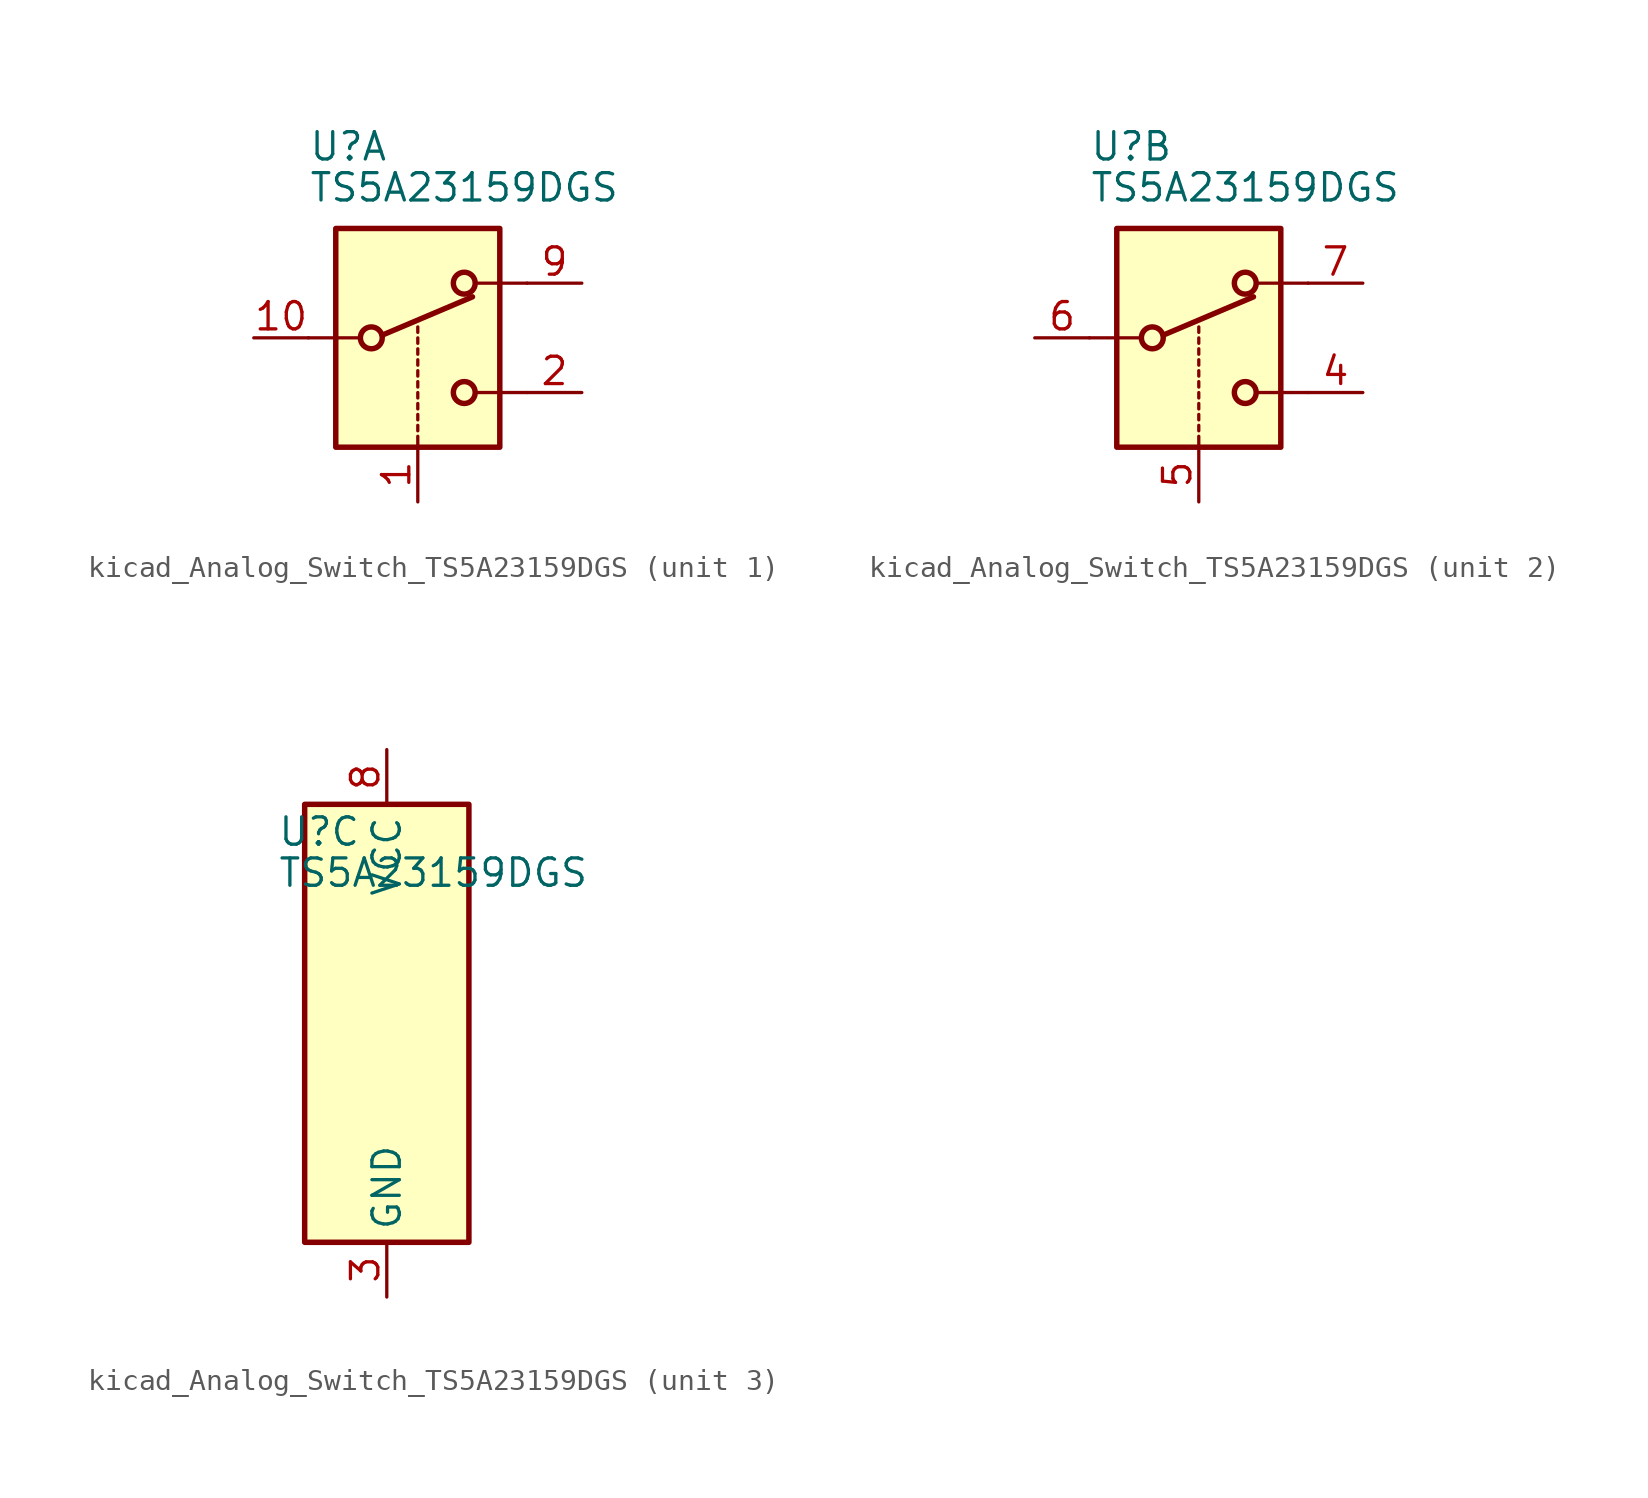
<source format=kicad_sym>
(kicad_symbol_lib
  (version 20220914)
  (generator kicad_symbol_editor)
  (symbol "kicad_Analog_Switch_TS5A23159DGS"
    (property "Reference" "U"
      (at -5.08 8.89 0)
      (effects (font (size 1.27 1.27)) (justify left)))
    (property "Value" "TS5A23159DGS"
      (at -5.08 6.985 0)
      (effects (font (size 1.27 1.27)) (justify left)))
    (property "ki_locked" ""
      (at 0 0 0)
      (effects (font (size 1.27 1.27))))
    (symbol "kicad_Analog_Switch_TS5A23159DGS_1_1"
      (rectangle (start -3.81 5.08) (end 3.81 -5.08) (stroke (width 0.254) (type default)) (fill (type background)))
      (circle (center -2.159 0) (radius 0.508) (stroke (width 0.254) (type default)) (fill (type none)))
      (polyline (pts (xy -5.08 0) (xy -2.794 0)) (stroke (width 0) (type default)) (fill (type none)))
      (polyline (pts (xy -1.651 0.127) (xy 2.54 1.905)) (stroke (width 0.254) (type default)) (fill (type none)))
      (polyline (pts (xy 0 -5.08) (xy 0 -4.572)) (stroke (width 0) (type default)) (fill (type none)))
      (polyline (pts (xy 0 -4.318) (xy 0 -4.064)) (stroke (width 0) (type default)) (fill (type none)))
      (polyline (pts (xy 0 -3.81) (xy 0 -3.556)) (stroke (width 0) (type default)) (fill (type none)))
      (polyline (pts (xy 0 -3.302) (xy 0 -3.048)) (stroke (width 0) (type default)) (fill (type none)))
      (polyline (pts (xy 0 -2.794) (xy 0 -2.54)) (stroke (width 0) (type default)) (fill (type none)))
      (polyline (pts (xy 0 -2.286) (xy 0 -2.032)) (stroke (width 0) (type default)) (fill (type none)))
      (polyline (pts (xy 0 -1.778) (xy 0 -1.524)) (stroke (width 0) (type default)) (fill (type none)))
      (polyline (pts (xy 0 -1.27) (xy 0 -1.016)) (stroke (width 0) (type default)) (fill (type none)))
      (polyline (pts (xy 0 -0.762) (xy 0 -0.508)) (stroke (width 0) (type default)) (fill (type none)))
      (polyline (pts (xy 0 -0.254) (xy 0 0)) (stroke (width 0) (type default)) (fill (type none)))
      (polyline (pts (xy 0 0.254) (xy 0 0.508)) (stroke (width 0) (type default)) (fill (type none)))
      (polyline (pts (xy 5.08 -2.54) (xy 2.794 -2.54)) (stroke (width 0) (type default)) (fill (type none)))
      (polyline (pts (xy 5.08 2.54) (xy 2.794 2.54)) (stroke (width 0) (type default)) (fill (type none)))
      (circle (center 2.159 -2.54) (radius 0.508) (stroke (width 0.254) (type default)) (fill (type none)))
      (circle (center 2.159 2.54) (radius 0.508) (stroke (width 0.254) (type default)) (fill (type none)))
      (pin input line (at 0 -7.62 90) (length 2.54) (name "~" (effects (font (size 1.27 1.27)))) (number "1" (effects (font (size 1.27 1.27)))))
      (pin passive line (at -7.62 0 0) (length 2.54) (name "~" (effects (font (size 1.27 1.27)))) (number "10" (effects (font (size 1.27 1.27)))))
      (pin passive line (at 7.62 -2.54 180) (length 2.54) (name "~" (effects (font (size 1.27 1.27)))) (number "2" (effects (font (size 1.27 1.27)))))
      (pin passive line (at 7.62 2.54 180) (length 2.54) (name "~" (effects (font (size 1.27 1.27)))) (number "9" (effects (font (size 1.27 1.27))))))
    (symbol "kicad_Analog_Switch_TS5A23159DGS_2_1"
      (rectangle (start -3.81 5.08) (end 3.81 -5.08) (stroke (width 0.254) (type default)) (fill (type background)))
      (circle (center -2.159 0) (radius 0.508) (stroke (width 0.254) (type default)) (fill (type none)))
      (polyline (pts (xy -5.08 0) (xy -2.794 0)) (stroke (width 0) (type default)) (fill (type none)))
      (polyline (pts (xy -1.651 0.127) (xy 2.54 1.905)) (stroke (width 0.254) (type default)) (fill (type none)))
      (polyline (pts (xy 0 -5.08) (xy 0 -4.572)) (stroke (width 0) (type default)) (fill (type none)))
      (polyline (pts (xy 0 -4.318) (xy 0 -4.064)) (stroke (width 0) (type default)) (fill (type none)))
      (polyline (pts (xy 0 -3.81) (xy 0 -3.556)) (stroke (width 0) (type default)) (fill (type none)))
      (polyline (pts (xy 0 -3.302) (xy 0 -3.048)) (stroke (width 0) (type default)) (fill (type none)))
      (polyline (pts (xy 0 -2.794) (xy 0 -2.54)) (stroke (width 0) (type default)) (fill (type none)))
      (polyline (pts (xy 0 -2.286) (xy 0 -2.032)) (stroke (width 0) (type default)) (fill (type none)))
      (polyline (pts (xy 0 -1.778) (xy 0 -1.524)) (stroke (width 0) (type default)) (fill (type none)))
      (polyline (pts (xy 0 -1.27) (xy 0 -1.016)) (stroke (width 0) (type default)) (fill (type none)))
      (polyline (pts (xy 0 -0.762) (xy 0 -0.508)) (stroke (width 0) (type default)) (fill (type none)))
      (polyline (pts (xy 0 -0.254) (xy 0 0)) (stroke (width 0) (type default)) (fill (type none)))
      (polyline (pts (xy 0 0.254) (xy 0 0.508)) (stroke (width 0) (type default)) (fill (type none)))
      (polyline (pts (xy 5.08 -2.54) (xy 2.794 -2.54)) (stroke (width 0) (type default)) (fill (type none)))
      (polyline (pts (xy 5.08 2.54) (xy 2.794 2.54)) (stroke (width 0) (type default)) (fill (type none)))
      (circle (center 2.159 -2.54) (radius 0.508) (stroke (width 0.254) (type default)) (fill (type none)))
      (circle (center 2.159 2.54) (radius 0.508) (stroke (width 0.254) (type default)) (fill (type none)))
      (pin passive line (at 7.62 -2.54 180) (length 2.54) (name "~" (effects (font (size 1.27 1.27)))) (number "4" (effects (font (size 1.27 1.27)))))
      (pin input line (at 0 -7.62 90) (length 2.54) (name "~" (effects (font (size 1.27 1.27)))) (number "5" (effects (font (size 1.27 1.27)))))
      (pin passive line (at -7.62 0 0) (length 2.54) (name "~" (effects (font (size 1.27 1.27)))) (number "6" (effects (font (size 1.27 1.27)))))
      (pin passive line (at 7.62 2.54 180) (length 2.54) (name "~" (effects (font (size 1.27 1.27)))) (number "7" (effects (font (size 1.27 1.27))))))
    (symbol "kicad_Analog_Switch_TS5A23159DGS_3_1"
      (rectangle (start -3.81 10.16) (end 3.81 -10.16) (stroke (width 0.254) (type default)) (fill (type background)))
      (pin power_in line (at 0 -12.7 90) (length 2.54) (name "GND" (effects (font (size 1.27 1.27)))) (number "3" (effects (font (size 1.27 1.27)))))
      (pin power_in line (at 0 12.7 270) (length 2.54) (name "VCC" (effects (font (size 1.27 1.27)))) (number "8" (effects (font (size 1.27 1.27))))))))
</source>
